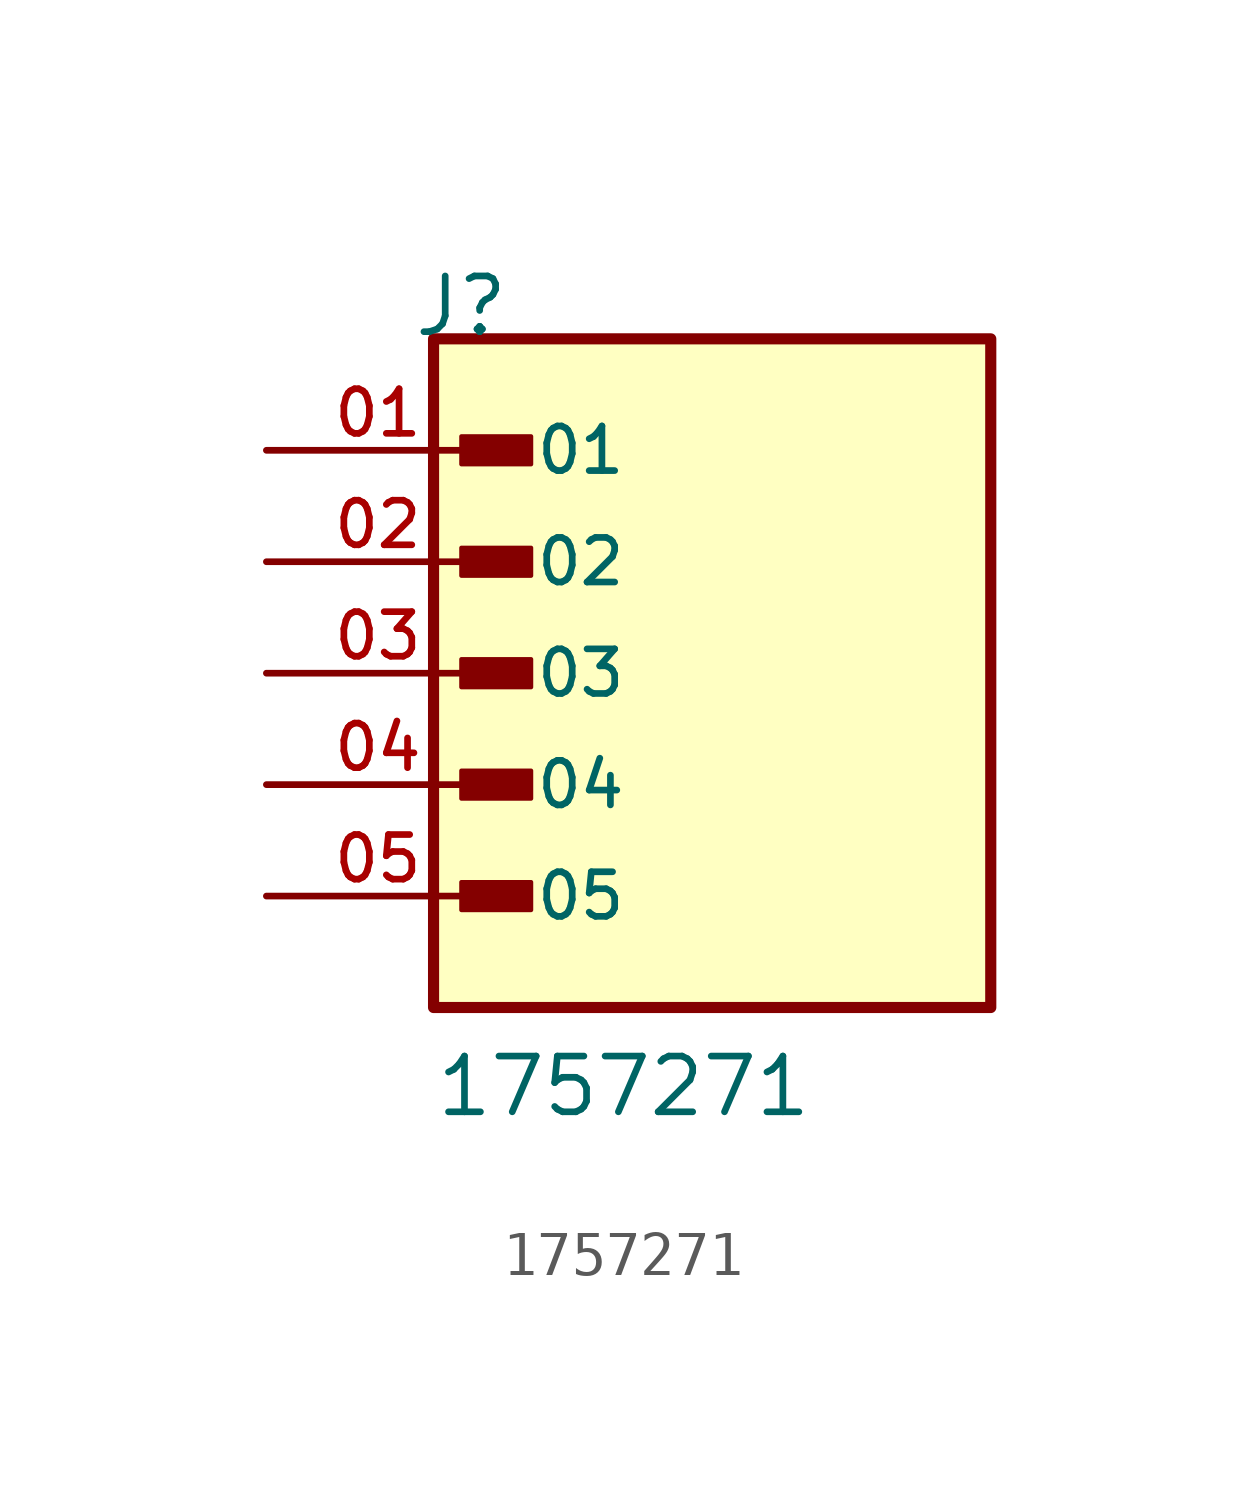
<source format=kicad_sym>
(kicad_symbol_lib
  (version 20241209)
  (generator "kicad_symbol_editor")
  (generator_version "9.0")
  (symbol "1757271"
    (pin_names
      (offset 1.016))
    (property "Reference" "J"
      (at -6.85 7.62 0)
      (effects (font (size 1.27 1.27)) (justify left bottom)))
    (property "Value" "1757271"
      (at -6.35 -10.16 0)
      (effects (font (size 1.27 1.27)) (justify left bottom)))
    (symbol "1757271_0_0"
      (rectangle (start -6.35 -7.62) (end 6.35 7.62) (stroke (width 0.254) (type default)) (fill (type background)))
      (rectangle (start -5.715 4.763) (end -4.128 5.397) (stroke (width 0.1) (type default)) (fill (type outline)))
      (rectangle (start -5.715 2.223) (end -4.128 2.857) (stroke (width 0.1) (type default)) (fill (type outline)))
      (rectangle (start -5.715 -0.318) (end -4.128 0.318) (stroke (width 0.1) (type default)) (fill (type outline)))
      (rectangle (start -5.715 -2.857) (end -4.128 -2.223) (stroke (width 0.1) (type default)) (fill (type outline)))
      (rectangle (start -5.715 -5.397) (end -4.128 -4.763) (stroke (width 0.1) (type default)) (fill (type outline)))
      (pin passive line (at -10.16 5.08 0) (length 5.08) (name "01" (effects (font (size 1.016 1.016)))) (number "01" (effects (font (size 1.016 1.016)))))
      (pin passive line (at -10.16 2.54 0) (length 5.08) (name "02" (effects (font (size 1.016 1.016)))) (number "02" (effects (font (size 1.016 1.016)))))
      (pin passive line (at -10.16 0 0) (length 5.08) (name "03" (effects (font (size 1.016 1.016)))) (number "03" (effects (font (size 1.016 1.016)))))
      (pin passive line (at -10.16 -2.54 0) (length 5.08) (name "04" (effects (font (size 1.016 1.016)))) (number "04" (effects (font (size 1.016 1.016)))))
      (pin passive line (at -10.16 -5.08 0) (length 5.08) (name "05" (effects (font (size 1.016 1.016)))) (number "05" (effects (font (size 1.016 1.016))))))))
</source>
